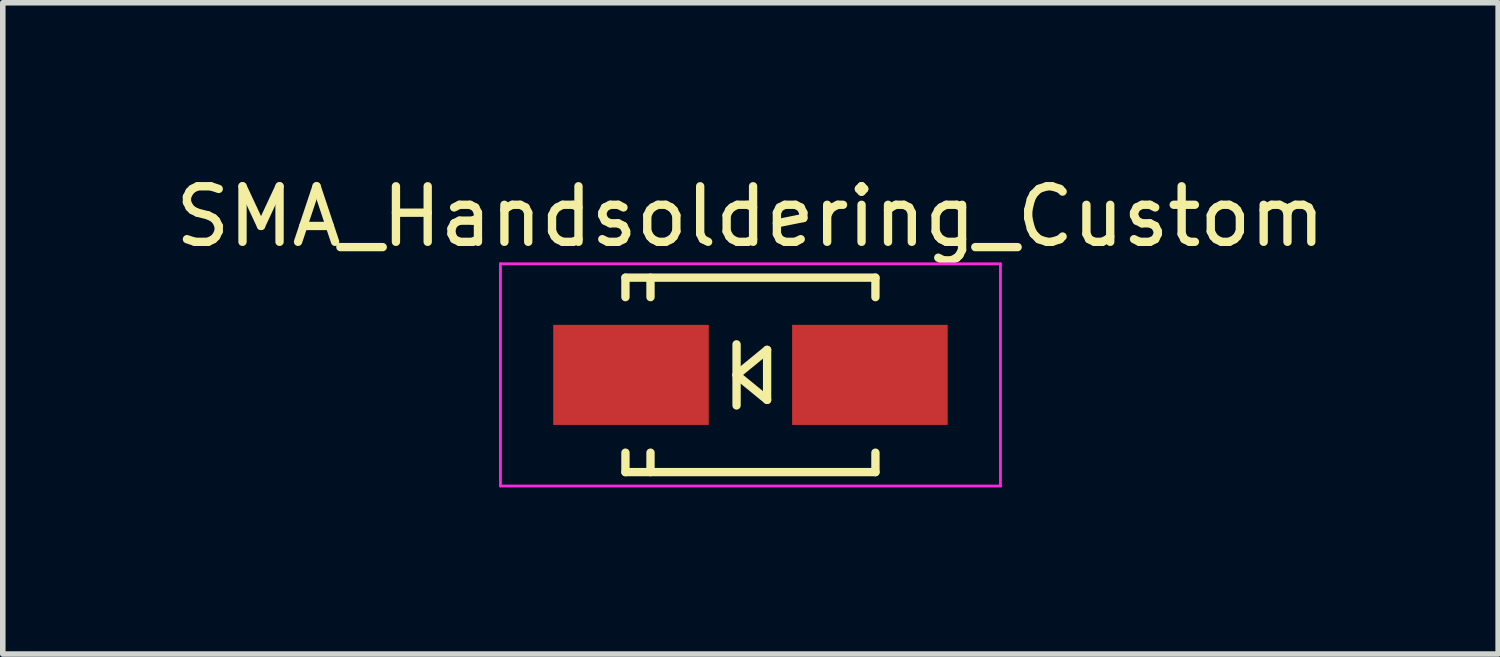
<source format=kicad_pcb>
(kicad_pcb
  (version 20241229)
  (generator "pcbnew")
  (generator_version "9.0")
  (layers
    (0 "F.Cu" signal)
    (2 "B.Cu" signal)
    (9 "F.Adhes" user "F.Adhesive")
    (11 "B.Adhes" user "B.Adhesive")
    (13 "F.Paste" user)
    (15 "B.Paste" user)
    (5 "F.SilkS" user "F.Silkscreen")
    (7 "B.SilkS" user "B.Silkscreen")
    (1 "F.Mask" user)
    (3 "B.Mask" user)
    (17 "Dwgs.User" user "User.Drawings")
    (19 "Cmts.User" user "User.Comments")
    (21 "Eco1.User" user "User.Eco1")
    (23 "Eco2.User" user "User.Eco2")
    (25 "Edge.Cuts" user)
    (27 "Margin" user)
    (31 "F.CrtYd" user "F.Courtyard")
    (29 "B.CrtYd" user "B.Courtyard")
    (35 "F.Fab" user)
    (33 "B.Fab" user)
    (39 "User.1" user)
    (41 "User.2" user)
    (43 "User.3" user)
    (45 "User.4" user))
  (footprint "SMA_Handsoldering_Custom"
    (layer "F.Cu")
    (at 10.458 3.698)
    (property "Reference" "SMA_Handsoldering_Custom" (at 0 -2.85 0) (layer "F.SilkS") (effects (font (size 1 1) (thickness 0.15))))
    (attr smd)
    (fp_line (start -2.25 -1.75) (end -2.25 -1.4) (stroke (width 0.15) (type solid)) (layer "F.SilkS"))
    (fp_line (start -2.25 -1.75) (end 2.25 -1.75) (stroke (width 0.15) (type solid)) (layer "F.SilkS"))
    (fp_line (start -2.25 1.75) (end -2.25 1.4) (stroke (width 0.15) (type solid)) (layer "F.SilkS"))
    (fp_line (start -2.25 1.75) (end 2.25 1.75) (stroke (width 0.15) (type solid)) (layer "F.SilkS"))
    (fp_line (start -1.799 -1.75) (end -1.799 -1.4) (stroke (width 0.15) (type solid)) (layer "F.SilkS"))
    (fp_line (start -1.799 1.75) (end -1.799 1.4) (stroke (width 0.15) (type solid)) (layer "F.SilkS"))
    (fp_line (start -0.25 -0.55) (end -0.25 0.55) (stroke (width 0.15) (type solid)) (layer "F.SilkS"))
    (fp_line (start -0.25 0) (end 0.3 -0.45) (stroke (width 0.15) (type solid)) (layer "F.SilkS"))
    (fp_line (start 0.3 -0.45) (end 0.3 0.45) (stroke (width 0.15) (type solid)) (layer "F.SilkS"))
    (fp_line (start 0.3 0.45) (end -0.25 0) (stroke (width 0.15) (type solid)) (layer "F.SilkS"))
    (fp_line (start 2.25 -1.75) (end 2.25 -1.4) (stroke (width 0.15) (type solid)) (layer "F.SilkS"))
    (fp_line (start 2.25 1.75) (end 2.25 1.4) (stroke (width 0.15) (type solid)) (layer "F.SilkS"))
    (fp_line (start -4.5 -2) (end 4.5 -2) (stroke (width 0.05) (type solid)) (layer "F.CrtYd"))
    (fp_line (start -4.5 2) (end -4.5 -2) (stroke (width 0.05) (type solid)) (layer "F.CrtYd"))
    (fp_line (start 4.5 -2) (end 4.5 2) (stroke (width 0.05) (type solid)) (layer "F.CrtYd"))
    (fp_line (start 4.5 2) (end -4.5 2) (stroke (width 0.05) (type solid)) (layer "F.CrtYd"))
    (pad "1" smd rect (at -2.15 0) (size 2.8 1.801) (layers "F.Cu" "F.Mask" "F.Paste"))
    (pad "2" smd rect (at 2.15 0) (size 2.8 1.801) (layers "F.Cu" "F.Mask" "F.Paste")))
  (gr_rect
    (start -3 -3)
    (end 23.917 8.723)
    (stroke (width 0.1) (type default))
    (fill no)
    (layer "Edge.Cuts")))
</source>
